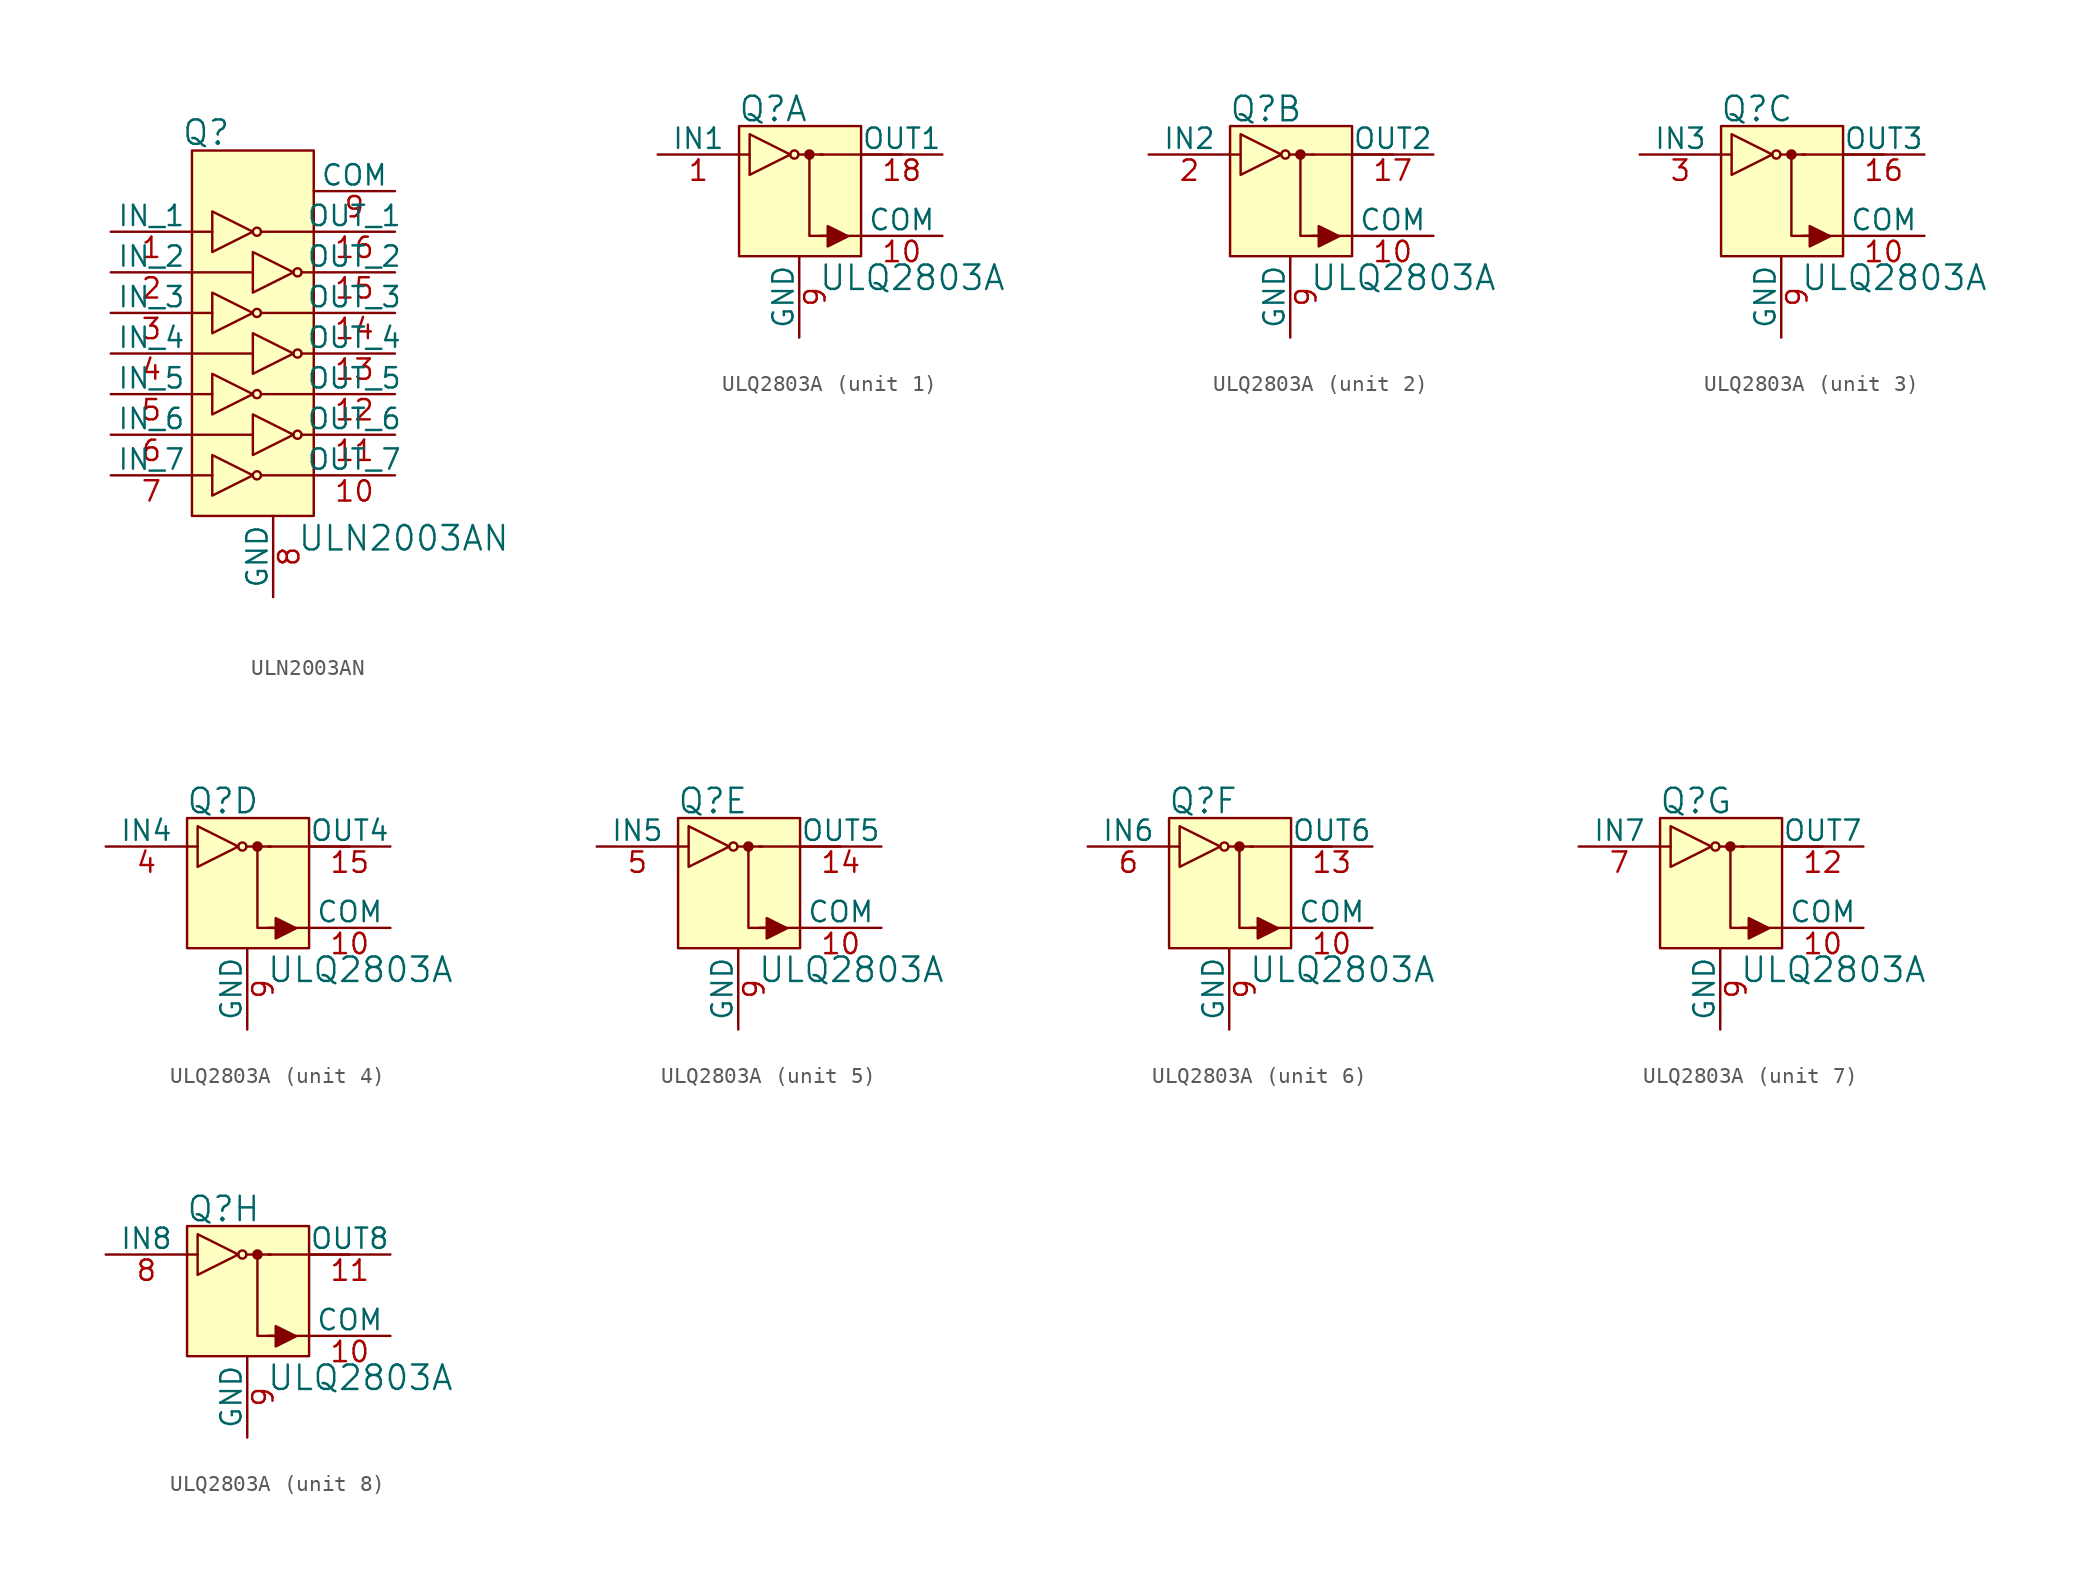
<source format=kicad_sym>
(kicad_symbol_lib
  (version 20211014)
  (generator kicad_symbol_editor)
  (symbol "ULN2003AN"
    (pin_names
      (offset 0))
    (property "Reference" "Q"
      (at -4.191 13.818 0)
      (effects (font (size 1.524 1.524))))
    (property "Value" "ULN2003AN"
      (at 1.499 -11.557 0)
      (effects (font (size 1.524 1.524)) (justify left)))
    (symbol "ULN2003AN_0_1"
      (rectangle (start -5.08 12.7) (end 2.54 -10.16) (stroke (width 0) (type default) (color 0 0 0 0)) (fill (type background)))
      (circle (center -1.016 -7.62) (radius 0.254) (stroke (width 0) (type default) (color 0 0 0 0)) (fill (type none)))
      (circle (center -1.016 -2.54) (radius 0.254) (stroke (width 0) (type default) (color 0 0 0 0)) (fill (type none)))
      (circle (center -1.016 2.54) (radius 0.254) (stroke (width 0) (type default) (color 0 0 0 0)) (fill (type none)))
      (circle (center -1.016 7.62) (radius 0.254) (stroke (width 0) (type default) (color 0 0 0 0)) (fill (type none)))
      (polyline (pts (xy -5.08 -5.08) (xy -1.27 -5.08)) (stroke (width 0) (type default) (color 0 0 0 0)) (fill (type none)))
      (polyline (pts (xy -5.08 7.62) (xy -3.81 7.62)) (stroke (width 0) (type default) (color 0 0 0 0)) (fill (type none)))
      (polyline (pts (xy -3.81 -7.62) (xy -5.08 -7.62)) (stroke (width 0) (type default) (color 0 0 0 0)) (fill (type none)))
      (polyline (pts (xy -3.81 -2.54) (xy -5.08 -2.54)) (stroke (width 0) (type default) (color 0 0 0 0)) (fill (type none)))
      (polyline (pts (xy -3.81 2.54) (xy -5.08 2.54)) (stroke (width 0) (type default) (color 0 0 0 0)) (fill (type none)))
      (polyline (pts (xy -1.27 0) (xy -5.08 0)) (stroke (width 0) (type default) (color 0 0 0 0)) (fill (type none)))
      (polyline (pts (xy -1.27 5.08) (xy -5.08 5.08)) (stroke (width 0) (type default) (color 0 0 0 0)) (fill (type none)))
      (polyline (pts (xy -0.762 -7.62) (xy 2.54 -7.62)) (stroke (width 0) (type default) (color 0 0 0 0)) (fill (type none)))
      (polyline (pts (xy -0.762 -2.54) (xy 2.54 -2.54)) (stroke (width 0) (type default) (color 0 0 0 0)) (fill (type none)))
      (polyline (pts (xy -0.762 2.54) (xy 2.54 2.54)) (stroke (width 0) (type default) (color 0 0 0 0)) (fill (type none)))
      (polyline (pts (xy -0.762 7.62) (xy 2.54 7.62)) (stroke (width 0) (type default) (color 0 0 0 0)) (fill (type none)))
      (polyline (pts (xy 1.778 -5.08) (xy 2.54 -5.08)) (stroke (width 0) (type default) (color 0 0 0 0)) (fill (type none)))
      (polyline (pts (xy 1.778 0) (xy 2.54 0)) (stroke (width 0) (type default) (color 0 0 0 0)) (fill (type none)))
      (polyline (pts (xy 1.778 5.08) (xy 2.54 5.08)) (stroke (width 0) (type default) (color 0 0 0 0)) (fill (type none)))
      (polyline (pts (xy -3.81 -6.35) (xy -3.81 -8.89) (xy -1.27 -7.62) (xy -3.81 -6.35)) (stroke (width 0) (type default) (color 0 0 0 0)) (fill (type none)))
      (polyline (pts (xy -3.81 -1.27) (xy -3.81 -3.81) (xy -1.27 -2.54) (xy -3.81 -1.27)) (stroke (width 0) (type default) (color 0 0 0 0)) (fill (type none)))
      (polyline (pts (xy -3.81 3.81) (xy -3.81 1.27) (xy -1.27 2.54) (xy -3.81 3.81)) (stroke (width 0) (type default) (color 0 0 0 0)) (fill (type none)))
      (polyline (pts (xy -3.81 8.89) (xy -3.81 6.35) (xy -1.27 7.62) (xy -3.81 8.89)) (stroke (width 0) (type default) (color 0 0 0 0)) (fill (type none)))
      (polyline (pts (xy -1.27 -3.81) (xy -1.27 -6.35) (xy 1.27 -5.08) (xy -1.27 -3.81)) (stroke (width 0) (type default) (color 0 0 0 0)) (fill (type none)))
      (polyline (pts (xy -1.27 1.27) (xy -1.27 -1.27) (xy 1.27 0) (xy -1.27 1.27)) (stroke (width 0) (type default) (color 0 0 0 0)) (fill (type none)))
      (polyline (pts (xy -1.27 6.35) (xy -1.27 3.81) (xy 1.27 5.08) (xy -1.27 6.35)) (stroke (width 0) (type default) (color 0 0 0 0)) (fill (type none)))
      (circle (center 1.524 -5.08) (radius 0.254) (stroke (width 0) (type default) (color 0 0 0 0)) (fill (type none)))
      (circle (center 1.524 0) (radius 0.254) (stroke (width 0) (type default) (color 0 0 0 0)) (fill (type none)))
      (circle (center 1.524 5.08) (radius 0.254) (stroke (width 0) (type default) (color 0 0 0 0)) (fill (type none))))
    (symbol "ULN2003AN_1_1"
      (pin input line (at -10.16 7.62 0) (length 5.08) (name "IN_1" (effects (font (size 1.27 1.27)))) (number "1" (effects (font (size 1.27 1.27)))))
      (pin output line (at 7.62 -7.62 180) (length 5.08) (name "OUT_7" (effects (font (size 1.27 1.27)))) (number "10" (effects (font (size 1.27 1.27)))))
      (pin output line (at 7.62 -5.08 180) (length 5.08) (name "OUT_6" (effects (font (size 1.27 1.27)))) (number "11" (effects (font (size 1.27 1.27)))))
      (pin output line (at 7.62 -2.54 180) (length 5.08) (name "OUT_5" (effects (font (size 1.27 1.27)))) (number "12" (effects (font (size 1.27 1.27)))))
      (pin output line (at 7.62 0 180) (length 5.08) (name "OUT_4" (effects (font (size 1.27 1.27)))) (number "13" (effects (font (size 1.27 1.27)))))
      (pin output line (at 7.62 2.54 180) (length 5.08) (name "OUT_3" (effects (font (size 1.27 1.27)))) (number "14" (effects (font (size 1.27 1.27)))))
      (pin output line (at 7.62 5.08 180) (length 5.08) (name "OUT_2" (effects (font (size 1.27 1.27)))) (number "15" (effects (font (size 1.27 1.27)))))
      (pin output line (at 7.62 7.62 180) (length 5.08) (name "OUT_1" (effects (font (size 1.27 1.27)))) (number "16" (effects (font (size 1.27 1.27)))))
      (pin input line (at -10.16 5.08 0) (length 5.08) (name "IN_2" (effects (font (size 1.27 1.27)))) (number "2" (effects (font (size 1.27 1.27)))))
      (pin input line (at -10.16 2.54 0) (length 5.08) (name "IN_3" (effects (font (size 1.27 1.27)))) (number "3" (effects (font (size 1.27 1.27)))))
      (pin input line (at -10.16 0 0) (length 5.08) (name "IN_4" (effects (font (size 1.27 1.27)))) (number "4" (effects (font (size 1.27 1.27)))))
      (pin input line (at -10.16 -2.54 0) (length 5.08) (name "IN_5" (effects (font (size 1.27 1.27)))) (number "5" (effects (font (size 1.27 1.27)))))
      (pin input line (at -10.16 -5.08 0) (length 5.08) (name "IN_6" (effects (font (size 1.27 1.27)))) (number "6" (effects (font (size 1.27 1.27)))))
      (pin input line (at -10.16 -7.62 0) (length 5.08) (name "IN_7" (effects (font (size 1.27 1.27)))) (number "7" (effects (font (size 1.27 1.27)))))
      (pin power_in line (at 0 -15.24 90) (length 5.08) (name "GND" (effects (font (size 1.27 1.27)))) (number "8" (effects (font (size 1.27 1.27)))))
      (pin output line (at 7.62 10.16 180) (length 5.08) (name "COM" (effects (font (size 1.27 1.27)))) (number "9" (effects (font (size 1.27 1.27)))))))
  (symbol "ULQ2803A"
    (pin_names
      (offset 0))
    (property "Reference" "Q"
      (at -3.835 5.41 0)
      (effects (font (size 1.524 1.524)) (justify left)))
    (property "Value" "ULQ2803A"
      (at 1.194 -5.131 0)
      (effects (font (size 1.524 1.524)) (justify left)))
    (property "ki_locked" ""
      (at 0 0 0)
      (effects (font (size 1.27 1.27))))
    (symbol "ULQ2803A_0_1"
      (rectangle (start -3.759 4.343) (end 3.861 -3.785) (stroke (width 0) (type default) (color 0 0 0 0)) (fill (type background)))
      (circle (center -0.305 2.565) (radius 0.254) (stroke (width 0) (type default) (color 0 0 0 0)) (fill (type none)))
      (polyline (pts (xy -3.785 2.565) (xy -3.099 2.565)) (stroke (width 0) (type default) (color 0 0 0 0)) (fill (type none)))
      (polyline (pts (xy -0.051 2.565) (xy 1.473 2.565)) (stroke (width 0) (type default) (color 0 0 0 0)) (fill (type none)))
      (polyline (pts (xy 1.321 2.565) (xy 6.401 2.565)) (stroke (width 0) (type default) (color 0 0 0 0)) (fill (type none)))
      (polyline (pts (xy 3.861 -2.515) (xy 1.321 -2.515)) (stroke (width 0) (type default) (color 0 0 0 0)) (fill (type none)))
      (polyline (pts (xy 2.159 -2.515) (xy 0.635 -2.515) (xy 0.635 2.565)) (stroke (width 0) (type default) (color 0 0 0 0)) (fill (type none)))
      (polyline (pts (xy -3.099 3.835) (xy -3.099 1.295) (xy -0.559 2.565) (xy -3.099 3.835)) (stroke (width 0) (type default) (color 0 0 0 0)) (fill (type none)))
      (polyline (pts (xy 1.778 -1.905) (xy 1.778 -3.175) (xy 3.048 -2.54) (xy 1.778 -1.905)) (stroke (width 0) (type default) (color 0 0 0 0)) (fill (type outline)))
      (circle (center 0.635 2.565) (radius 0.254) (stroke (width 0) (type default) (color 0 0 0 0)) (fill (type outline)))
      (pin output line (at 8.941 -2.515 180) (length 5.08) (name "COM" (effects (font (size 1.27 1.27)))) (number "10" (effects (font (size 1.27 1.27)))))
      (pin power_in line (at 0 -8.865 90) (length 5.08) (name "GND" (effects (font (size 1.27 1.27)))) (number "9" (effects (font (size 1.27 1.27))))))
    (symbol "ULQ2803A_1_1"
      (pin input line (at -8.839 2.565 0) (length 5.08) (name "IN1" (effects (font (size 1.27 1.27)))) (number "1" (effects (font (size 1.27 1.27)))))
      (pin output line (at 8.941 2.565 180) (length 5.08) (name "OUT1" (effects (font (size 1.27 1.27)))) (number "18" (effects (font (size 1.27 1.27))))))
    (symbol "ULQ2803A_2_1"
      (pin output line (at 8.941 2.565 180) (length 5.08) (name "OUT2" (effects (font (size 1.27 1.27)))) (number "17" (effects (font (size 1.27 1.27)))))
      (pin input line (at -8.839 2.565 0) (length 5.08) (name "IN2" (effects (font (size 1.27 1.27)))) (number "2" (effects (font (size 1.27 1.27))))))
    (symbol "ULQ2803A_3_1"
      (pin output line (at 8.941 2.565 180) (length 5.08) (name "OUT3" (effects (font (size 1.27 1.27)))) (number "16" (effects (font (size 1.27 1.27)))))
      (pin input line (at -8.839 2.565 0) (length 5.08) (name "IN3" (effects (font (size 1.27 1.27)))) (number "3" (effects (font (size 1.27 1.27))))))
    (symbol "ULQ2803A_4_1"
      (pin output line (at 8.941 2.565 180) (length 5.08) (name "OUT4" (effects (font (size 1.27 1.27)))) (number "15" (effects (font (size 1.27 1.27)))))
      (pin input line (at -8.839 2.565 0) (length 5.08) (name "IN4" (effects (font (size 1.27 1.27)))) (number "4" (effects (font (size 1.27 1.27))))))
    (symbol "ULQ2803A_5_1"
      (pin output line (at 8.941 2.565 180) (length 5.08) (name "OUT5" (effects (font (size 1.27 1.27)))) (number "14" (effects (font (size 1.27 1.27)))))
      (pin input line (at -8.839 2.565 0) (length 5.08) (name "IN5" (effects (font (size 1.27 1.27)))) (number "5" (effects (font (size 1.27 1.27))))))
    (symbol "ULQ2803A_6_1"
      (pin output line (at 8.941 2.565 180) (length 5.08) (name "OUT6" (effects (font (size 1.27 1.27)))) (number "13" (effects (font (size 1.27 1.27)))))
      (pin input line (at -8.839 2.565 0) (length 5.08) (name "IN6" (effects (font (size 1.27 1.27)))) (number "6" (effects (font (size 1.27 1.27))))))
    (symbol "ULQ2803A_7_1"
      (pin output line (at 8.941 2.565 180) (length 5.08) (name "OUT7" (effects (font (size 1.27 1.27)))) (number "12" (effects (font (size 1.27 1.27)))))
      (pin input line (at -8.839 2.565 0) (length 5.08) (name "IN7" (effects (font (size 1.27 1.27)))) (number "7" (effects (font (size 1.27 1.27))))))
    (symbol "ULQ2803A_8_1"
      (pin output line (at 8.941 2.565 180) (length 5.08) (name "OUT8" (effects (font (size 1.27 1.27)))) (number "11" (effects (font (size 1.27 1.27)))))
      (pin input line (at -8.839 2.565 0) (length 5.08) (name "IN8" (effects (font (size 1.27 1.27)))) (number "8" (effects (font (size 1.27 1.27))))))))
</source>
